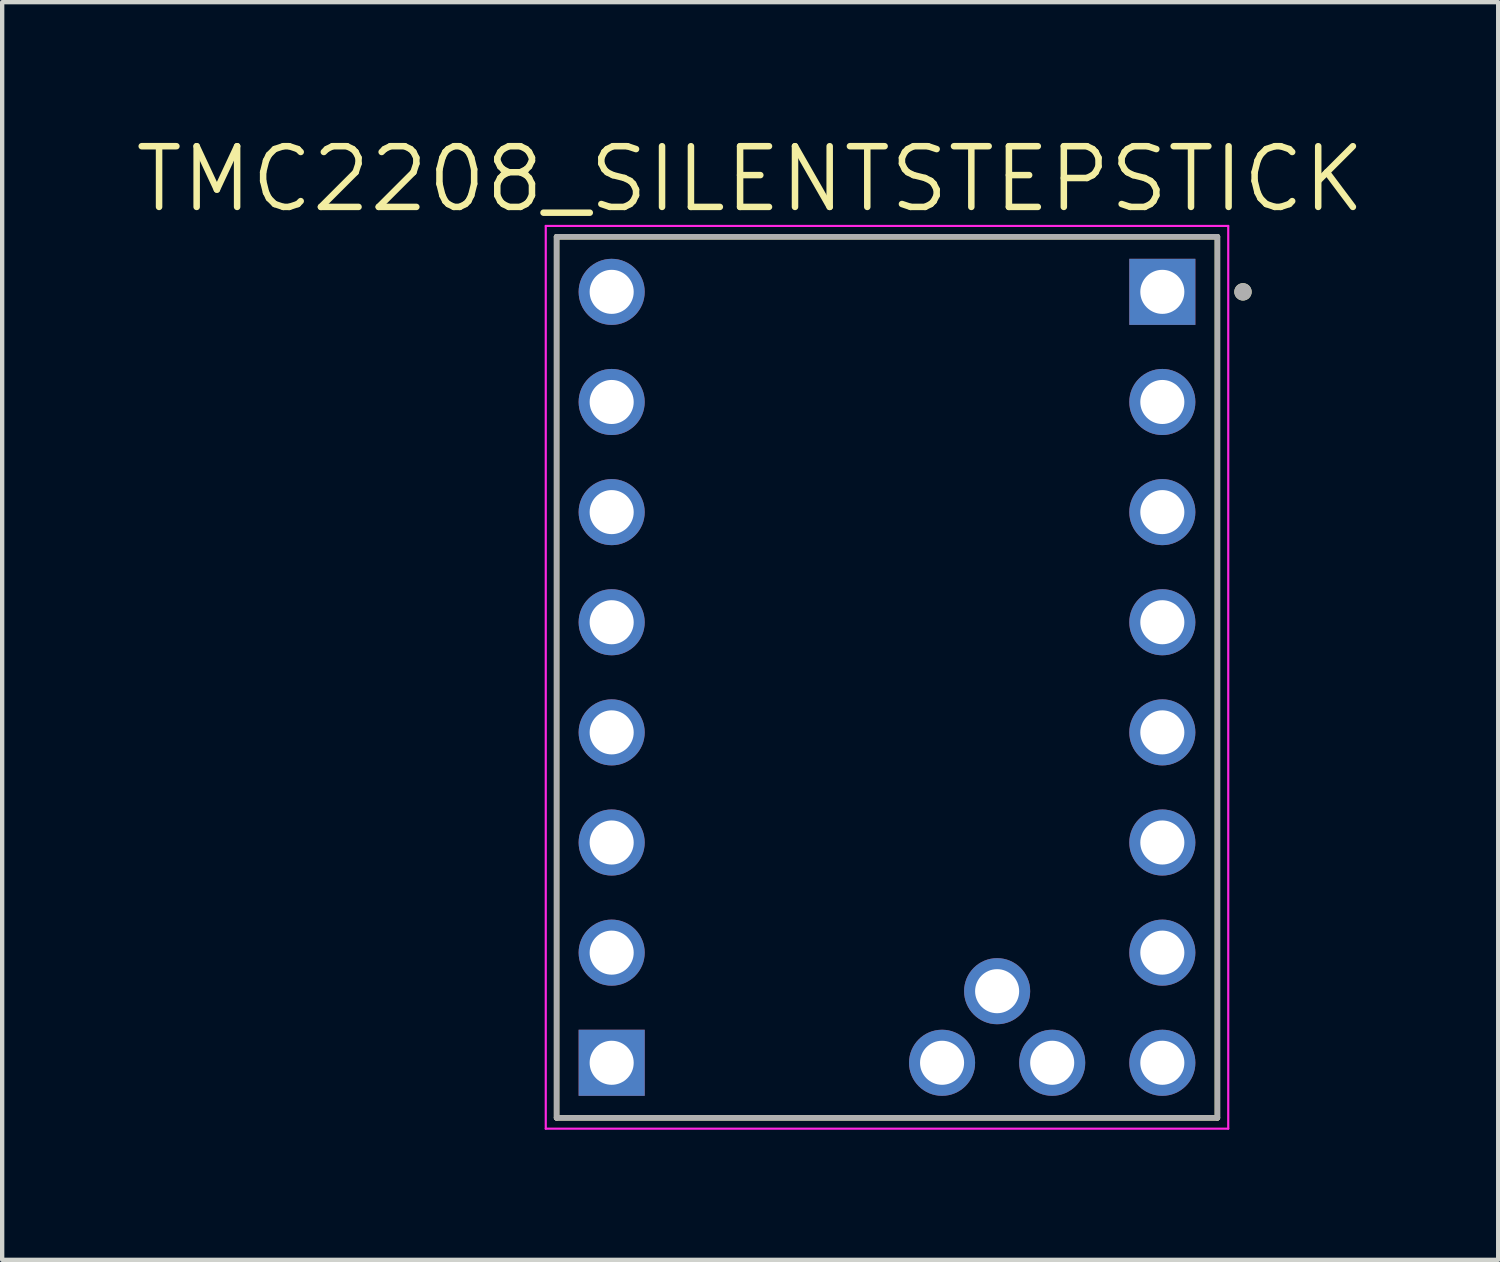
<source format=kicad_pcb>
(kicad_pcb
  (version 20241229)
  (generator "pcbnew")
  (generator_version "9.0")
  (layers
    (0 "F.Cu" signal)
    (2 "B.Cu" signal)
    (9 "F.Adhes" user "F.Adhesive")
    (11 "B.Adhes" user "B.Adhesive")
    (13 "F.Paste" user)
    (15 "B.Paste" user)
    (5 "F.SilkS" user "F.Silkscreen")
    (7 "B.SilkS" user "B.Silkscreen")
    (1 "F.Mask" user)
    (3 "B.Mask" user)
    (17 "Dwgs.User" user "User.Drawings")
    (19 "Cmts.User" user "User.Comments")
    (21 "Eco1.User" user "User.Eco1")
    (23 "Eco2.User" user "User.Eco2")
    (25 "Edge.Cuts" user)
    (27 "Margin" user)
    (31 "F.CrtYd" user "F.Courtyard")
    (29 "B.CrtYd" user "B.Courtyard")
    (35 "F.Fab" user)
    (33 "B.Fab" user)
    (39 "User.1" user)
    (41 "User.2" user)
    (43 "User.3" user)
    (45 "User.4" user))
  (footprint "TMC2208_SILENTSTEPSTICK"
    (layer "F.Cu")
    (at 17.407 12.571)
    (property "Reference" "TMC2208_SILENTSTEPSTICK" (at -3.155 -11.489 0) (layer "F.SilkS") (effects (font (size 1.4 1.4) (thickness 0.15))))
    (attr through_hole)
    (fp_line (start -7.62 -10.16) (end -7.62 10.16) (stroke (width 0.127) (type solid)) (layer "F.SilkS"))
    (fp_line (start -7.62 10.16) (end 7.62 10.16) (stroke (width 0.127) (type solid)) (layer "F.SilkS"))
    (fp_line (start 7.62 -10.16) (end -7.62 -10.16) (stroke (width 0.127) (type solid)) (layer "F.SilkS"))
    (fp_line (start 7.62 10.16) (end 7.62 -10.16) (stroke (width 0.127) (type solid)) (layer "F.SilkS"))
    (fp_circle (center 8.21 -8.89) (end 8.31 -8.89) (stroke (width 0.2) (type solid)) (fill no) (layer "F.SilkS"))
    (fp_line (start -7.87 -10.41) (end -7.87 10.41) (stroke (width 0.05) (type solid)) (layer "F.CrtYd"))
    (fp_line (start -7.87 -10.41) (end 7.87 -10.41) (stroke (width 0.05) (type solid)) (layer "F.CrtYd"))
    (fp_line (start -7.87 10.41) (end 7.87 10.41) (stroke (width 0.05) (type solid)) (layer "F.CrtYd"))
    (fp_line (start 7.87 -10.41) (end 7.87 10.41) (stroke (width 0.05) (type solid)) (layer "F.CrtYd"))
    (fp_line (start -7.62 -10.16) (end -7.62 10.16) (stroke (width 0.127) (type solid)) (layer "F.Fab"))
    (fp_line (start -7.62 10.16) (end 7.62 10.16) (stroke (width 0.127) (type solid)) (layer "F.Fab"))
    (fp_line (start 7.62 -10.16) (end -7.62 -10.16) (stroke (width 0.127) (type solid)) (layer "F.Fab"))
    (fp_line (start 7.62 10.16) (end 7.62 -10.16) (stroke (width 0.127) (type solid)) (layer "F.Fab"))
    (fp_circle (center 8.21 -8.89) (end 8.31 -8.89) (stroke (width 0.2) (type solid)) (fill no) (layer "F.Fab"))
    (pad "JP1_1" thru_hole rect (at 6.35 -8.89) (size 1.524 1.524) (drill 1.016) (layers "*.Cu" "*.Mask"))
    (pad "JP1_2" thru_hole circle (at 6.35 -6.35) (size 1.524 1.524) (drill 1.016) (layers "*.Cu" "*.Mask"))
    (pad "JP1_3" thru_hole circle (at 6.35 -3.81) (size 1.524 1.524) (drill 1.016) (layers "*.Cu" "*.Mask"))
    (pad "JP1_4" thru_hole circle (at 6.35 -1.27) (size 1.524 1.524) (drill 1.016) (layers "*.Cu" "*.Mask"))
    (pad "JP1_5" thru_hole circle (at 6.35 1.27) (size 1.524 1.524) (drill 1.016) (layers "*.Cu" "*.Mask"))
    (pad "JP1_6" thru_hole circle (at 6.35 3.81) (size 1.524 1.524) (drill 1.016) (layers "*.Cu" "*.Mask"))
    (pad "JP1_7" thru_hole circle (at 6.35 6.35) (size 1.524 1.524) (drill 1.016) (layers "*.Cu" "*.Mask"))
    (pad "JP1_8" thru_hole circle (at 6.35 8.89) (size 1.524 1.524) (drill 1.016) (layers "*.Cu" "*.Mask"))
    (pad "JP2_1" thru_hole rect (at -6.35 8.89) (size 1.524 1.524) (drill 1.016) (layers "*.Cu" "*.Mask"))
    (pad "JP2_2" thru_hole circle (at -6.35 6.35) (size 1.524 1.524) (drill 1.016) (layers "*.Cu" "*.Mask"))
    (pad "JP2_3" thru_hole circle (at -6.35 3.81) (size 1.524 1.524) (drill 1.016) (layers "*.Cu" "*.Mask"))
    (pad "JP2_4" thru_hole circle (at -6.35 1.27) (size 1.524 1.524) (drill 1.016) (layers "*.Cu" "*.Mask"))
    (pad "JP2_5" thru_hole circle (at -6.35 -1.27) (size 1.524 1.524) (drill 1.016) (layers "*.Cu" "*.Mask"))
    (pad "JP2_6" thru_hole circle (at -6.35 -3.81) (size 1.524 1.524) (drill 1.016) (layers "*.Cu" "*.Mask"))
    (pad "JP2_7" thru_hole circle (at -6.35 -6.35) (size 1.524 1.524) (drill 1.016) (layers "*.Cu" "*.Mask"))
    (pad "JP2_8" thru_hole circle (at -6.35 -8.89) (size 1.524 1.524) (drill 1.016) (layers "*.Cu" "*.Mask"))
    (pad "JP3_1" thru_hole circle (at 1.27 8.89) (size 1.524 1.524) (drill 1.016) (layers "*.Cu" "*.Mask"))
    (pad "JP3_2" thru_hole circle (at 3.81 8.89) (size 1.524 1.524) (drill 1.016) (layers "*.Cu" "*.Mask"))
    (pad "VREF" thru_hole circle (at 2.54 7.239) (size 1.524 1.524) (drill 1.016) (layers "*.Cu" "*.Mask")))
  (gr_rect
    (start -3 -3)
    (end 31.503 26.006)
    (stroke (width 0.1) (type default))
    (fill no)
    (layer "Edge.Cuts")))
</source>
